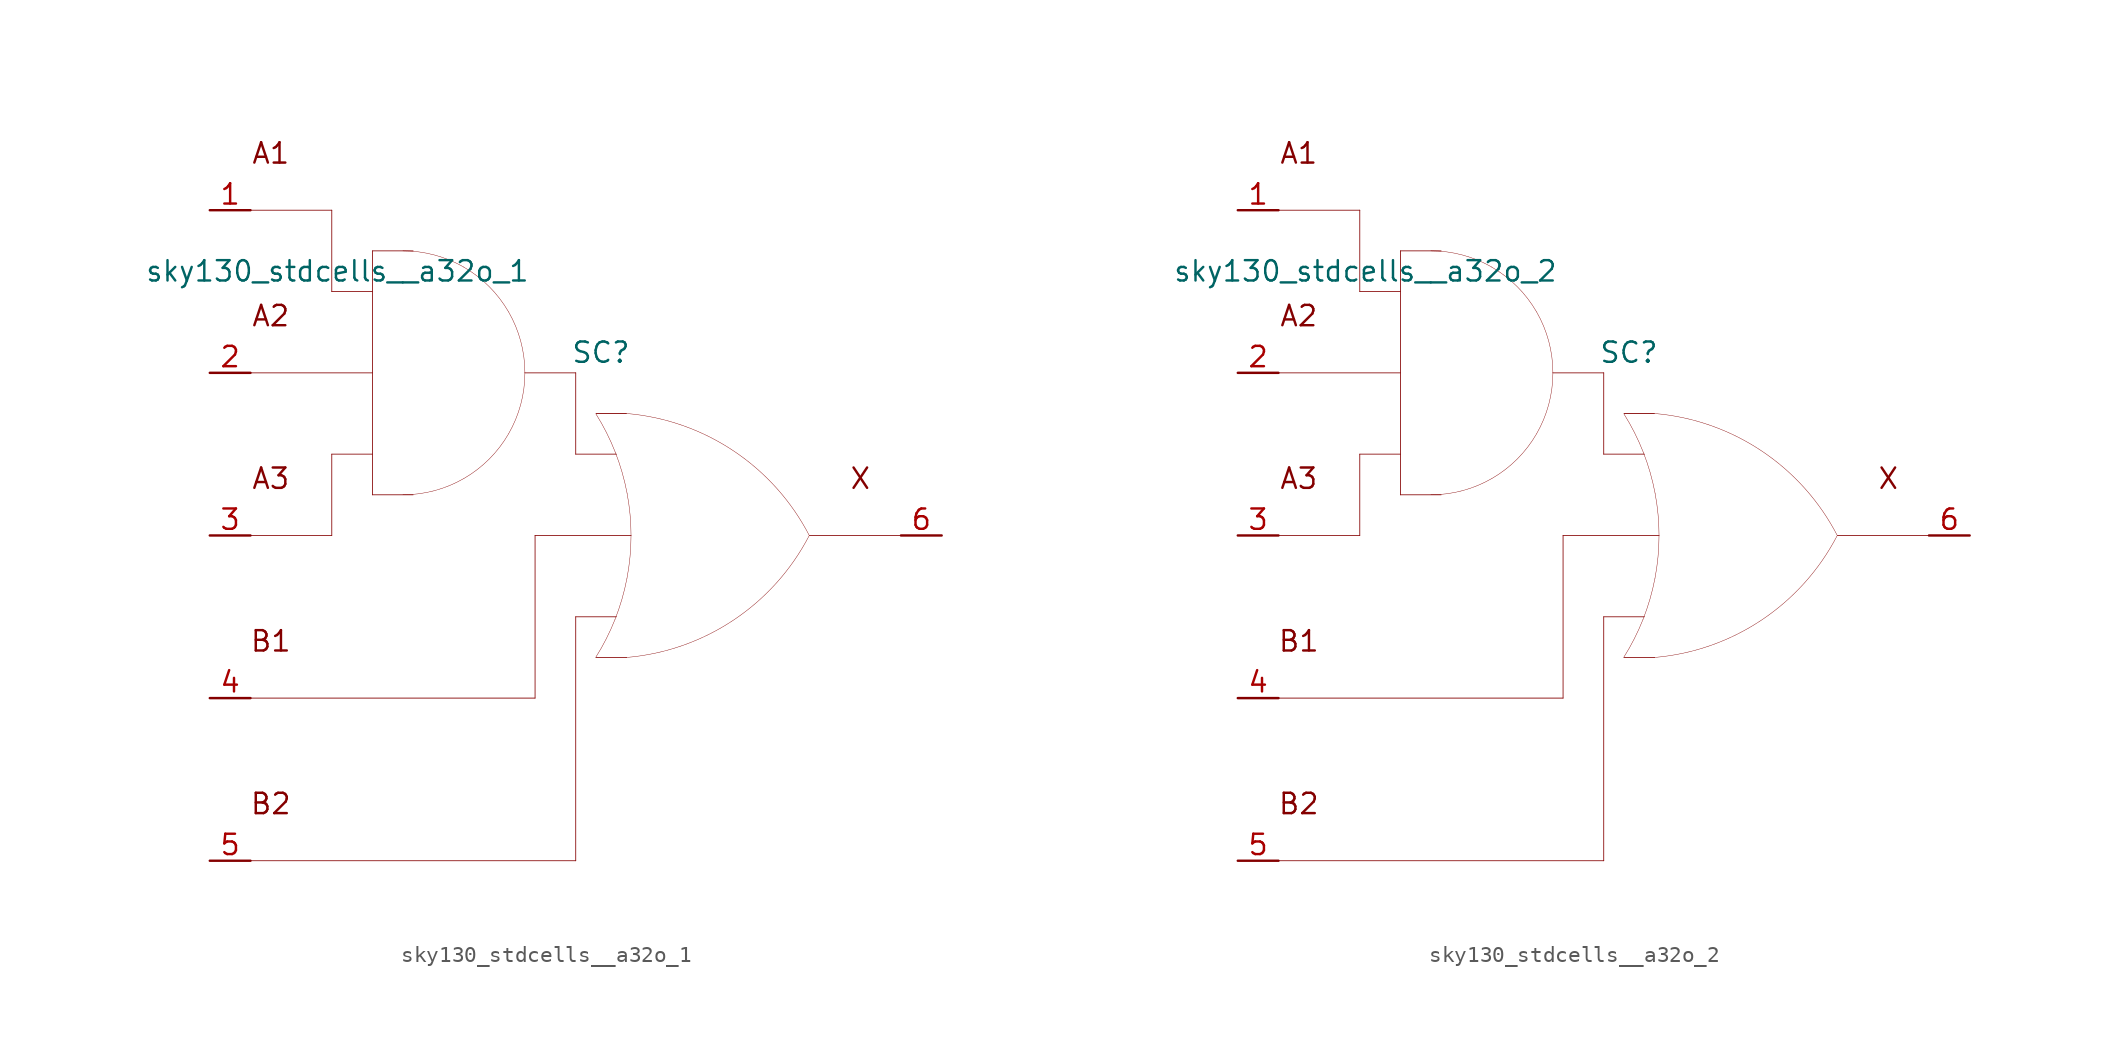
<source format=kicad_sym>
(kicad_symbol_lib
  (version 20211014)
  (generator kicad_symbol_editor)
  (symbol "sky130_stdcells__a32o_1"
    (pin_names hide)
    (property "Reference" "SC"
      (at 1.575 11.43 0)
      (effects (font (size 1.27 1.27))))
    (property "Value" "sky130_stdcells__a32o_1"
      (at -2.845 16.51 0)
      (effects (font (size 1.27 1.27)) (justify right)))
    (symbol "sky130_stdcells__a32o_1_0_0"
      (arc (start -10.795 2.54) (mid -8.8228 2.7996) (end -6.985 3.5609) (stroke (width 0.0254) (type default) (color 0 0 0 0)) (fill (type none)))
      (arc (start -6.985 3.5609) (mid -5.4069 4.7719) (end -4.1959 6.35) (stroke (width 0.0254) (type default) (color 0 0 0 0)) (fill (type none)))
      (arc (start -6.985 16.7591) (mid -8.8228 17.5203) (end -10.795 17.78) (stroke (width 0.0254) (type default) (color 0 0 0 0)) (fill (type none)))
      (arc (start -4.1959 6.35) (mid -3.4347 8.1878) (end -3.175 10.16) (stroke (width 0.0254) (type default) (color 0 0 0 0)) (fill (type none)))
      (arc (start -4.1959 13.97) (mid -5.4069 15.5481) (end -6.985 16.7591) (stroke (width 0.0254) (type default) (color 0 0 0 0)) (fill (type none)))
      (arc (start -3.175 10.16) (mid -3.4346 12.1322) (end -4.1959 13.97) (stroke (width 0.0254) (type default) (color 0 0 0 0)) (fill (type none)))
      (polyline (pts (xy -20.32 -20.32) (xy 0 -20.32)) (stroke (width 0.051) (type default) (color 0 0 0 0)) (fill (type none)))
      (polyline (pts (xy -20.32 -10.16) (xy -2.54 -10.16)) (stroke (width 0.051) (type default) (color 0 0 0 0)) (fill (type none)))
      (polyline (pts (xy -20.32 0) (xy -15.24 0)) (stroke (width 0.051) (type default) (color 0 0 0 0)) (fill (type none)))
      (polyline (pts (xy -20.32 10.16) (xy -12.7 10.16)) (stroke (width 0.051) (type default) (color 0 0 0 0)) (fill (type none)))
      (polyline (pts (xy -20.32 20.32) (xy -15.24 20.32)) (stroke (width 0.051) (type default) (color 0 0 0 0)) (fill (type none)))
      (polyline (pts (xy -15.24 5.08) (xy -15.24 0)) (stroke (width 0.051) (type default) (color 0 0 0 0)) (fill (type none)))
      (polyline (pts (xy -15.24 5.08) (xy -12.7 5.08)) (stroke (width 0.051) (type default) (color 0 0 0 0)) (fill (type none)))
      (polyline (pts (xy -15.24 15.24) (xy -12.7 15.24)) (stroke (width 0.051) (type default) (color 0 0 0 0)) (fill (type none)))
      (polyline (pts (xy -15.24 20.32) (xy -15.24 15.24)) (stroke (width 0.051) (type default) (color 0 0 0 0)) (fill (type none)))
      (polyline (pts (xy -12.7 2.54) (xy -10.16 2.54)) (stroke (width 0.051) (type default) (color 0 0 0 0)) (fill (type none)))
      (polyline (pts (xy -12.7 17.78) (xy -12.7 2.54)) (stroke (width 0.051) (type default) (color 0 0 0 0)) (fill (type none)))
      (polyline (pts (xy -12.7 17.78) (xy -10.16 17.78)) (stroke (width 0.051) (type default) (color 0 0 0 0)) (fill (type none)))
      (polyline (pts (xy -3.175 10.16) (xy 0 10.16)) (stroke (width 0.051) (type default) (color 0 0 0 0)) (fill (type none)))
      (polyline (pts (xy -2.54 0) (xy -2.54 -10.16)) (stroke (width 0.051) (type default) (color 0 0 0 0)) (fill (type none)))
      (polyline (pts (xy -2.54 0) (xy 3.454 0)) (stroke (width 0.051) (type default) (color 0 0 0 0)) (fill (type none)))
      (polyline (pts (xy 0 -5.08) (xy 0 -20.32)) (stroke (width 0.051) (type default) (color 0 0 0 0)) (fill (type none)))
      (polyline (pts (xy 0 -5.08) (xy 2.54 -5.08)) (stroke (width 0.051) (type default) (color 0 0 0 0)) (fill (type none)))
      (polyline (pts (xy 0 5.08) (xy 2.54 5.08)) (stroke (width 0.051) (type default) (color 0 0 0 0)) (fill (type none)))
      (polyline (pts (xy 0 10.16) (xy 0 5.08)) (stroke (width 0.051) (type default) (color 0 0 0 0)) (fill (type none)))
      (polyline (pts (xy 1.27 -7.62) (xy 3.175 -7.62)) (stroke (width 0.051) (type default) (color 0 0 0 0)) (fill (type none)))
      (polyline (pts (xy 1.27 7.62) (xy 3.175 7.62)) (stroke (width 0.051) (type default) (color 0 0 0 0)) (fill (type none)))
      (polyline (pts (xy 14.605 0) (xy 20.32 0)) (stroke (width 0.051) (type default) (color 0 0 0 0)) (fill (type none)))
      (arc (start 1.2495 -7.6142) (mid 1.907 -6.458) (end 2.4538 -5.2456) (stroke (width 0.0254) (type default) (color 0 0 0 0)) (fill (type none)))
      (arc (start 2.4538 -5.2456) (mid 2.8887 -3.9755) (end 3.202 -2.6701) (stroke (width 0.0254) (type default) (color 0 0 0 0)) (fill (type none)))
      (arc (start 2.472 5.1993) (mid 1.9238 6.4248) (end 1.2627 7.5932) (stroke (width 0.0254) (type default) (color 0 0 0 0)) (fill (type none)))
      (arc (start 3.1446 -7.6231) (mid 9.8386 -5.2986) (end 14.5755 -0.0284) (stroke (width 0.0254) (type default) (color 0 0 0 0)) (fill (type none)))
      (arc (start 3.202 -2.6701) (mid 3.3912 -1.341) (end 3.4544 0) (stroke (width 0.0254) (type default) (color 0 0 0 0)) (fill (type none)))
      (arc (start 3.2066 2.6456) (mid 2.8989 3.9396) (end 2.472 5.1993) (stroke (width 0.0254) (type default) (color 0 0 0 0)) (fill (type none)))
      (arc (start 3.4544 0) (mid 3.3923 1.3286) (end 3.2066 2.6456) (stroke (width 0.0254) (type default) (color 0 0 0 0)) (fill (type none)))
      (arc (start 14.5983 -0.0156) (mid 9.8798 5.271) (end 3.194 7.6189) (stroke (width 0.0254) (type default) (color 0 0 0 0)) (fill (type none)))
      (text "A1" (at -19.05 23.876 0) (effects (font (size 1.27 1.27))))
      (text "A2" (at -19.05 13.716 0) (effects (font (size 1.27 1.27))))
      (text "A3" (at -19.05 3.556 0) (effects (font (size 1.27 1.27))))
      (text "B1" (at -19.05 -6.604 0) (effects (font (size 1.27 1.27))))
      (text "B2" (at -19.05 -16.764 0) (effects (font (size 1.27 1.27))))
      (text "X" (at 17.78 3.556 0) (effects (font (size 1.27 1.27)))))
    (symbol "sky130_stdcells__a32o_1_1_1"
      (pin input line (at -22.86 20.32 0) (length 2.54) (name "A1" (effects (font (size 1.092 1.092)))) (number "1" (effects (font (size 1.27 1.27)))))
      (pin input line (at -22.86 10.16 0) (length 2.54) (name "A2" (effects (font (size 1.092 1.092)))) (number "2" (effects (font (size 1.27 1.27)))))
      (pin input line (at -22.86 0 0) (length 2.54) (name "A3" (effects (font (size 1.092 1.092)))) (number "3" (effects (font (size 1.27 1.27)))))
      (pin input line (at -22.86 -10.16 0) (length 2.54) (name "B1" (effects (font (size 1.092 1.092)))) (number "4" (effects (font (size 1.27 1.27)))))
      (pin input line (at -22.86 -20.32 0) (length 2.54) (name "B2" (effects (font (size 1.092 1.092)))) (number "5" (effects (font (size 1.27 1.27)))))
      (pin output line (at 22.86 0 180) (length 2.54) (name "X" (effects (font (size 1.092 1.092)))) (number "6" (effects (font (size 1.27 1.27)))))))
  (symbol "sky130_stdcells__a32o_2"
    (pin_names hide)
    (property "Reference" "SC"
      (at 1.575 11.43 0)
      (effects (font (size 1.27 1.27))))
    (property "Value" "sky130_stdcells__a32o_2"
      (at -2.845 16.51 0)
      (effects (font (size 1.27 1.27)) (justify right)))
    (symbol "sky130_stdcells__a32o_2_0_0"
      (arc (start -10.795 2.54) (mid -8.8228 2.7996) (end -6.985 3.5609) (stroke (width 0.0254) (type default) (color 0 0 0 0)) (fill (type none)))
      (arc (start -6.985 3.5609) (mid -5.4069 4.7719) (end -4.1959 6.35) (stroke (width 0.0254) (type default) (color 0 0 0 0)) (fill (type none)))
      (arc (start -6.985 16.7591) (mid -8.8228 17.5203) (end -10.795 17.78) (stroke (width 0.0254) (type default) (color 0 0 0 0)) (fill (type none)))
      (arc (start -4.1959 6.35) (mid -3.4347 8.1878) (end -3.175 10.16) (stroke (width 0.0254) (type default) (color 0 0 0 0)) (fill (type none)))
      (arc (start -4.1959 13.97) (mid -5.4069 15.5481) (end -6.985 16.7591) (stroke (width 0.0254) (type default) (color 0 0 0 0)) (fill (type none)))
      (arc (start -3.175 10.16) (mid -3.4346 12.1322) (end -4.1959 13.97) (stroke (width 0.0254) (type default) (color 0 0 0 0)) (fill (type none)))
      (polyline (pts (xy -20.32 -20.32) (xy 0 -20.32)) (stroke (width 0.051) (type default) (color 0 0 0 0)) (fill (type none)))
      (polyline (pts (xy -20.32 -10.16) (xy -2.54 -10.16)) (stroke (width 0.051) (type default) (color 0 0 0 0)) (fill (type none)))
      (polyline (pts (xy -20.32 0) (xy -15.24 0)) (stroke (width 0.051) (type default) (color 0 0 0 0)) (fill (type none)))
      (polyline (pts (xy -20.32 10.16) (xy -12.7 10.16)) (stroke (width 0.051) (type default) (color 0 0 0 0)) (fill (type none)))
      (polyline (pts (xy -20.32 20.32) (xy -15.24 20.32)) (stroke (width 0.051) (type default) (color 0 0 0 0)) (fill (type none)))
      (polyline (pts (xy -15.24 5.08) (xy -15.24 0)) (stroke (width 0.051) (type default) (color 0 0 0 0)) (fill (type none)))
      (polyline (pts (xy -15.24 5.08) (xy -12.7 5.08)) (stroke (width 0.051) (type default) (color 0 0 0 0)) (fill (type none)))
      (polyline (pts (xy -15.24 15.24) (xy -12.7 15.24)) (stroke (width 0.051) (type default) (color 0 0 0 0)) (fill (type none)))
      (polyline (pts (xy -15.24 20.32) (xy -15.24 15.24)) (stroke (width 0.051) (type default) (color 0 0 0 0)) (fill (type none)))
      (polyline (pts (xy -12.7 2.54) (xy -10.16 2.54)) (stroke (width 0.051) (type default) (color 0 0 0 0)) (fill (type none)))
      (polyline (pts (xy -12.7 17.78) (xy -12.7 2.54)) (stroke (width 0.051) (type default) (color 0 0 0 0)) (fill (type none)))
      (polyline (pts (xy -12.7 17.78) (xy -10.16 17.78)) (stroke (width 0.051) (type default) (color 0 0 0 0)) (fill (type none)))
      (polyline (pts (xy -3.175 10.16) (xy 0 10.16)) (stroke (width 0.051) (type default) (color 0 0 0 0)) (fill (type none)))
      (polyline (pts (xy -2.54 0) (xy -2.54 -10.16)) (stroke (width 0.051) (type default) (color 0 0 0 0)) (fill (type none)))
      (polyline (pts (xy -2.54 0) (xy 3.454 0)) (stroke (width 0.051) (type default) (color 0 0 0 0)) (fill (type none)))
      (polyline (pts (xy 0 -5.08) (xy 0 -20.32)) (stroke (width 0.051) (type default) (color 0 0 0 0)) (fill (type none)))
      (polyline (pts (xy 0 -5.08) (xy 2.54 -5.08)) (stroke (width 0.051) (type default) (color 0 0 0 0)) (fill (type none)))
      (polyline (pts (xy 0 5.08) (xy 2.54 5.08)) (stroke (width 0.051) (type default) (color 0 0 0 0)) (fill (type none)))
      (polyline (pts (xy 0 10.16) (xy 0 5.08)) (stroke (width 0.051) (type default) (color 0 0 0 0)) (fill (type none)))
      (polyline (pts (xy 1.27 -7.62) (xy 3.175 -7.62)) (stroke (width 0.051) (type default) (color 0 0 0 0)) (fill (type none)))
      (polyline (pts (xy 1.27 7.62) (xy 3.175 7.62)) (stroke (width 0.051) (type default) (color 0 0 0 0)) (fill (type none)))
      (polyline (pts (xy 14.605 0) (xy 20.32 0)) (stroke (width 0.051) (type default) (color 0 0 0 0)) (fill (type none)))
      (arc (start 1.2495 -7.6142) (mid 1.907 -6.458) (end 2.4538 -5.2456) (stroke (width 0.0254) (type default) (color 0 0 0 0)) (fill (type none)))
      (arc (start 2.4538 -5.2456) (mid 2.8887 -3.9755) (end 3.202 -2.6701) (stroke (width 0.0254) (type default) (color 0 0 0 0)) (fill (type none)))
      (arc (start 2.472 5.1993) (mid 1.9238 6.4248) (end 1.2627 7.5932) (stroke (width 0.0254) (type default) (color 0 0 0 0)) (fill (type none)))
      (arc (start 3.1446 -7.6231) (mid 9.8386 -5.2986) (end 14.5755 -0.0284) (stroke (width 0.0254) (type default) (color 0 0 0 0)) (fill (type none)))
      (arc (start 3.202 -2.6701) (mid 3.3912 -1.341) (end 3.4544 0) (stroke (width 0.0254) (type default) (color 0 0 0 0)) (fill (type none)))
      (arc (start 3.2066 2.6456) (mid 2.8989 3.9396) (end 2.472 5.1993) (stroke (width 0.0254) (type default) (color 0 0 0 0)) (fill (type none)))
      (arc (start 3.4544 0) (mid 3.3923 1.3286) (end 3.2066 2.6456) (stroke (width 0.0254) (type default) (color 0 0 0 0)) (fill (type none)))
      (arc (start 14.5983 -0.0156) (mid 9.8798 5.271) (end 3.194 7.6189) (stroke (width 0.0254) (type default) (color 0 0 0 0)) (fill (type none)))
      (text "A1" (at -19.05 23.876 0) (effects (font (size 1.27 1.27))))
      (text "A2" (at -19.05 13.716 0) (effects (font (size 1.27 1.27))))
      (text "A3" (at -19.05 3.556 0) (effects (font (size 1.27 1.27))))
      (text "B1" (at -19.05 -6.604 0) (effects (font (size 1.27 1.27))))
      (text "B2" (at -19.05 -16.764 0) (effects (font (size 1.27 1.27))))
      (text "X" (at 17.78 3.556 0) (effects (font (size 1.27 1.27)))))
    (symbol "sky130_stdcells__a32o_2_1_1"
      (pin input line (at -22.86 20.32 0) (length 2.54) (name "A1" (effects (font (size 1.092 1.092)))) (number "1" (effects (font (size 1.27 1.27)))))
      (pin input line (at -22.86 10.16 0) (length 2.54) (name "A2" (effects (font (size 1.092 1.092)))) (number "2" (effects (font (size 1.27 1.27)))))
      (pin input line (at -22.86 0 0) (length 2.54) (name "A3" (effects (font (size 1.092 1.092)))) (number "3" (effects (font (size 1.27 1.27)))))
      (pin input line (at -22.86 -10.16 0) (length 2.54) (name "B1" (effects (font (size 1.092 1.092)))) (number "4" (effects (font (size 1.27 1.27)))))
      (pin input line (at -22.86 -20.32 0) (length 2.54) (name "B2" (effects (font (size 1.092 1.092)))) (number "5" (effects (font (size 1.27 1.27)))))
      (pin output line (at 22.86 0 180) (length 2.54) (name "X" (effects (font (size 1.092 1.092)))) (number "6" (effects (font (size 1.27 1.27))))))))
</source>
